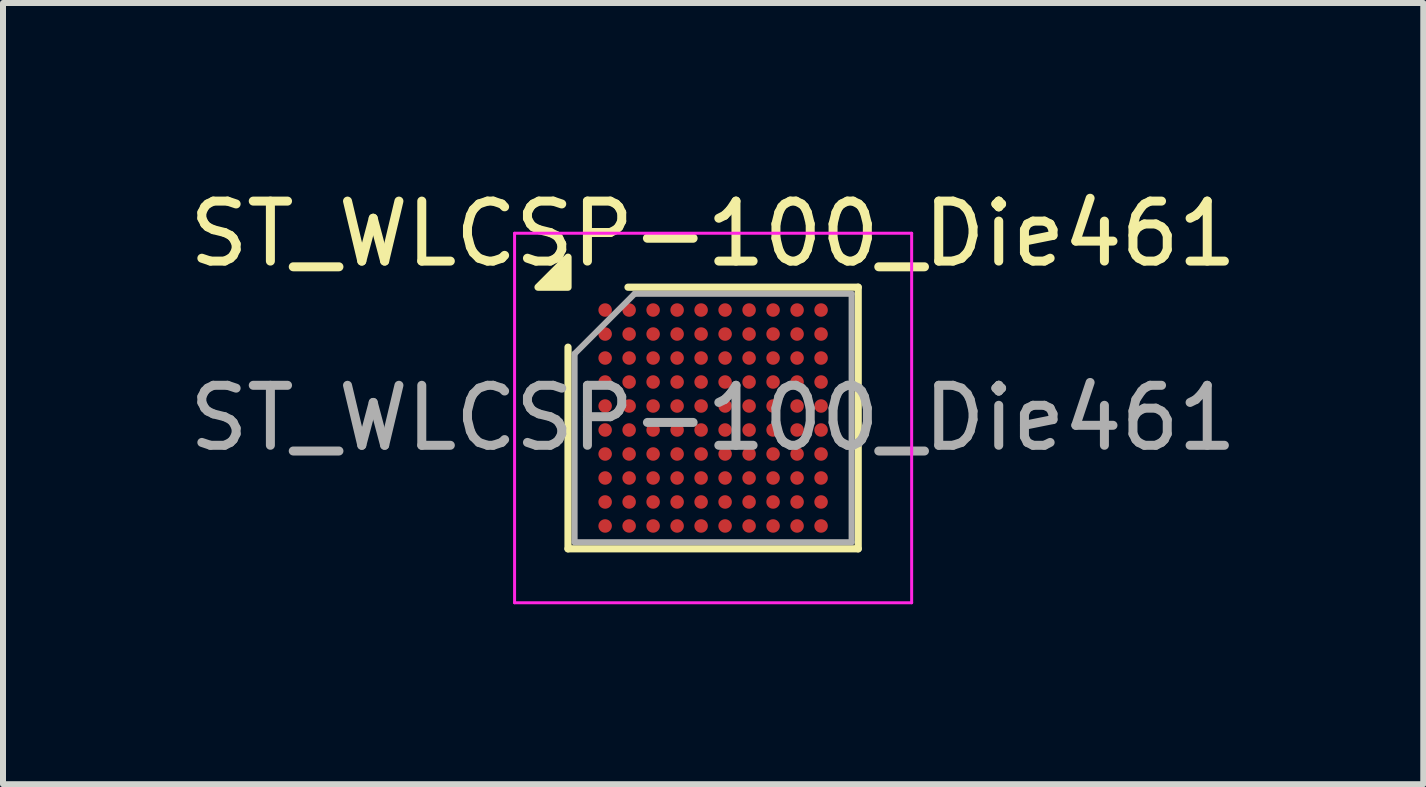
<source format=kicad_pcb>
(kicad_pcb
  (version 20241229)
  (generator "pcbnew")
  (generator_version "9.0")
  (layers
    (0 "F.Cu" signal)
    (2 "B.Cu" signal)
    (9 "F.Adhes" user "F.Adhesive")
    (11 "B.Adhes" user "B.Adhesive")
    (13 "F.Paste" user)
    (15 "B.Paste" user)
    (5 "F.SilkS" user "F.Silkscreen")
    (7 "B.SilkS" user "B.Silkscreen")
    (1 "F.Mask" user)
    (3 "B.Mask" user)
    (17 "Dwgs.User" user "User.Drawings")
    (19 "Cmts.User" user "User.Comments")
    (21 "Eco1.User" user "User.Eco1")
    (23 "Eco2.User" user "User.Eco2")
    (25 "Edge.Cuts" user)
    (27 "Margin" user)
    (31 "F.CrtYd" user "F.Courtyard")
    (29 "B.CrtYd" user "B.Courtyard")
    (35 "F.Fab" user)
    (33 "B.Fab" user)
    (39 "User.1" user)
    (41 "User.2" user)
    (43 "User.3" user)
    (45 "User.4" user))
  (footprint "ST_WLCSP-100_Die461"
    (layer "F.Cu")
    (at 8.839 3.919)
    (property "Reference" "ST_WLCSP-100_Die461" (at 0 -3.071 0) (layer "F.SilkS") (effects (font (size 1 1) (thickness 0.15))))
    (attr smd)
    (fp_line (start -2.419 2.181) (end -2.419 -1.181) (stroke (width 0.12) (type solid)) (layer "F.SilkS"))
    (fp_line (start -1.419 -2.181) (end 2.419 -2.181) (stroke (width 0.12) (type solid)) (layer "F.SilkS"))
    (fp_line (start 2.419 -2.181) (end 2.419 2.181) (stroke (width 0.12) (type solid)) (layer "F.SilkS"))
    (fp_line (start 2.419 2.181) (end -2.419 2.181) (stroke (width 0.12) (type solid)) (layer "F.SilkS"))
    (fp_poly (pts (xy -2.419 -2.181) (xy -2.919 -2.181) (xy -2.419 -2.681) (xy -2.419 -2.181)) (stroke (width 0.12) (type solid)) (fill yes) (layer "F.SilkS"))
    (fp_line (start -3.31 -3.08) (end -3.31 3.08) (stroke (width 0.05) (type solid)) (layer "F.CrtYd"))
    (fp_line (start -3.31 3.08) (end 3.31 3.08) (stroke (width 0.05) (type solid)) (layer "F.CrtYd"))
    (fp_line (start 3.31 -3.08) (end -3.31 -3.08) (stroke (width 0.05) (type solid)) (layer "F.CrtYd"))
    (fp_line (start 3.31 3.08) (end 3.31 -3.08) (stroke (width 0.05) (type solid)) (layer "F.CrtYd"))
    (fp_line (start -2.309 -1.071) (end -1.309 -2.071) (stroke (width 0.1) (type solid)) (layer "F.Fab"))
    (fp_line (start -2.309 2.071) (end -2.309 -1.071) (stroke (width 0.1) (type solid)) (layer "F.Fab"))
    (fp_line (start -1.309 -2.071) (end 2.309 -2.071) (stroke (width 0.1) (type solid)) (layer "F.Fab"))
    (fp_line (start 2.309 -2.071) (end 2.309 2.071) (stroke (width 0.1) (type solid)) (layer "F.Fab"))
    (fp_line (start 2.309 2.071) (end -2.309 2.071) (stroke (width 0.1) (type solid)) (layer "F.Fab"))
    (fp_text user "${REFERENCE}" (at 0 0 0) (layer "F.Fab") (effects (font (size 1 1) (thickness 0.15))))
    (pad "A1" smd circle (at -1.8 -1.8) (size 0.225 0.225) (property pad_prop_bga) (layers "F.Cu" "F.Mask" "F.Paste"))
    (pad "A2" smd circle (at -1.4 -1.8) (size 0.225 0.225) (property pad_prop_bga) (layers "F.Cu" "F.Mask" "F.Paste"))
    (pad "A3" smd circle (at -1 -1.8) (size 0.225 0.225) (property pad_prop_bga) (layers "F.Cu" "F.Mask" "F.Paste"))
    (pad "A4" smd circle (at -0.6 -1.8) (size 0.225 0.225) (property pad_prop_bga) (layers "F.Cu" "F.Mask" "F.Paste"))
    (pad "A5" smd circle (at -0.2 -1.8) (size 0.225 0.225) (property pad_prop_bga) (layers "F.Cu" "F.Mask" "F.Paste"))
    (pad "A6" smd circle (at 0.2 -1.8) (size 0.225 0.225) (property pad_prop_bga) (layers "F.Cu" "F.Mask" "F.Paste"))
    (pad "A7" smd circle (at 0.6 -1.8) (size 0.225 0.225) (property pad_prop_bga) (layers "F.Cu" "F.Mask" "F.Paste"))
    (pad "A8" smd circle (at 1 -1.8) (size 0.225 0.225) (property pad_prop_bga) (layers "F.Cu" "F.Mask" "F.Paste"))
    (pad "A9" smd circle (at 1.4 -1.8) (size 0.225 0.225) (property pad_prop_bga) (layers "F.Cu" "F.Mask" "F.Paste"))
    (pad "A10" smd circle (at 1.8 -1.8) (size 0.225 0.225) (property pad_prop_bga) (layers "F.Cu" "F.Mask" "F.Paste"))
    (pad "B1" smd circle (at -1.8 -1.4) (size 0.225 0.225) (property pad_prop_bga) (layers "F.Cu" "F.Mask" "F.Paste"))
    (pad "B2" smd circle (at -1.4 -1.4) (size 0.225 0.225) (property pad_prop_bga) (layers "F.Cu" "F.Mask" "F.Paste"))
    (pad "B3" smd circle (at -1 -1.4) (size 0.225 0.225) (property pad_prop_bga) (layers "F.Cu" "F.Mask" "F.Paste"))
    (pad "B4" smd circle (at -0.6 -1.4) (size 0.225 0.225) (property pad_prop_bga) (layers "F.Cu" "F.Mask" "F.Paste"))
    (pad "B5" smd circle (at -0.2 -1.4) (size 0.225 0.225) (property pad_prop_bga) (layers "F.Cu" "F.Mask" "F.Paste"))
    (pad "B6" smd circle (at 0.2 -1.4) (size 0.225 0.225) (property pad_prop_bga) (layers "F.Cu" "F.Mask" "F.Paste"))
    (pad "B7" smd circle (at 0.6 -1.4) (size 0.225 0.225) (property pad_prop_bga) (layers "F.Cu" "F.Mask" "F.Paste"))
    (pad "B8" smd circle (at 1 -1.4) (size 0.225 0.225) (property pad_prop_bga) (layers "F.Cu" "F.Mask" "F.Paste"))
    (pad "B9" smd circle (at 1.4 -1.4) (size 0.225 0.225) (property pad_prop_bga) (layers "F.Cu" "F.Mask" "F.Paste"))
    (pad "B10" smd circle (at 1.8 -1.4) (size 0.225 0.225) (property pad_prop_bga) (layers "F.Cu" "F.Mask" "F.Paste"))
    (pad "C1" smd circle (at -1.8 -1) (size 0.225 0.225) (property pad_prop_bga) (layers "F.Cu" "F.Mask" "F.Paste"))
    (pad "C2" smd circle (at -1.4 -1) (size 0.225 0.225) (property pad_prop_bga) (layers "F.Cu" "F.Mask" "F.Paste"))
    (pad "C3" smd circle (at -1 -1) (size 0.225 0.225) (property pad_prop_bga) (layers "F.Cu" "F.Mask" "F.Paste"))
    (pad "C4" smd circle (at -0.6 -1) (size 0.225 0.225) (property pad_prop_bga) (layers "F.Cu" "F.Mask" "F.Paste"))
    (pad "C5" smd circle (at -0.2 -1) (size 0.225 0.225) (property pad_prop_bga) (layers "F.Cu" "F.Mask" "F.Paste"))
    (pad "C6" smd circle (at 0.2 -1) (size 0.225 0.225) (property pad_prop_bga) (layers "F.Cu" "F.Mask" "F.Paste"))
    (pad "C7" smd circle (at 0.6 -1) (size 0.225 0.225) (property pad_prop_bga) (layers "F.Cu" "F.Mask" "F.Paste"))
    (pad "C8" smd circle (at 1 -1) (size 0.225 0.225) (property pad_prop_bga) (layers "F.Cu" "F.Mask" "F.Paste"))
    (pad "C9" smd circle (at 1.4 -1) (size 0.225 0.225) (property pad_prop_bga) (layers "F.Cu" "F.Mask" "F.Paste"))
    (pad "C10" smd circle (at 1.8 -1) (size 0.225 0.225) (property pad_prop_bga) (layers "F.Cu" "F.Mask" "F.Paste"))
    (pad "D1" smd circle (at -1.8 -0.6) (size 0.225 0.225) (property pad_prop_bga) (layers "F.Cu" "F.Mask" "F.Paste"))
    (pad "D2" smd circle (at -1.4 -0.6) (size 0.225 0.225) (property pad_prop_bga) (layers "F.Cu" "F.Mask" "F.Paste"))
    (pad "D3" smd circle (at -1 -0.6) (size 0.225 0.225) (property pad_prop_bga) (layers "F.Cu" "F.Mask" "F.Paste"))
    (pad "D4" smd circle (at -0.6 -0.6) (size 0.225 0.225) (property pad_prop_bga) (layers "F.Cu" "F.Mask" "F.Paste"))
    (pad "D5" smd circle (at -0.2 -0.6) (size 0.225 0.225) (property pad_prop_bga) (layers "F.Cu" "F.Mask" "F.Paste"))
    (pad "D6" smd circle (at 0.2 -0.6) (size 0.225 0.225) (property pad_prop_bga) (layers "F.Cu" "F.Mask" "F.Paste"))
    (pad "D7" smd circle (at 0.6 -0.6) (size 0.225 0.225) (property pad_prop_bga) (layers "F.Cu" "F.Mask" "F.Paste"))
    (pad "D8" smd circle (at 1 -0.6) (size 0.225 0.225) (property pad_prop_bga) (layers "F.Cu" "F.Mask" "F.Paste"))
    (pad "D9" smd circle (at 1.4 -0.6) (size 0.225 0.225) (property pad_prop_bga) (layers "F.Cu" "F.Mask" "F.Paste"))
    (pad "D10" smd circle (at 1.8 -0.6) (size 0.225 0.225) (property pad_prop_bga) (layers "F.Cu" "F.Mask" "F.Paste"))
    (pad "E1" smd circle (at -1.8 -0.2) (size 0.225 0.225) (property pad_prop_bga) (layers "F.Cu" "F.Mask" "F.Paste"))
    (pad "E2" smd circle (at -1.4 -0.2) (size 0.225 0.225) (property pad_prop_bga) (layers "F.Cu" "F.Mask" "F.Paste"))
    (pad "E3" smd circle (at -1 -0.2) (size 0.225 0.225) (property pad_prop_bga) (layers "F.Cu" "F.Mask" "F.Paste"))
    (pad "E4" smd circle (at -0.6 -0.2) (size 0.225 0.225) (property pad_prop_bga) (layers "F.Cu" "F.Mask" "F.Paste"))
    (pad "E5" smd circle (at -0.2 -0.2) (size 0.225 0.225) (property pad_prop_bga) (layers "F.Cu" "F.Mask" "F.Paste"))
    (pad "E6" smd circle (at 0.2 -0.2) (size 0.225 0.225) (property pad_prop_bga) (layers "F.Cu" "F.Mask" "F.Paste"))
    (pad "E7" smd circle (at 0.6 -0.2) (size 0.225 0.225) (property pad_prop_bga) (layers "F.Cu" "F.Mask" "F.Paste"))
    (pad "E8" smd circle (at 1 -0.2) (size 0.225 0.225) (property pad_prop_bga) (layers "F.Cu" "F.Mask" "F.Paste"))
    (pad "E9" smd circle (at 1.4 -0.2) (size 0.225 0.225) (property pad_prop_bga) (layers "F.Cu" "F.Mask" "F.Paste"))
    (pad "E10" smd circle (at 1.8 -0.2) (size 0.225 0.225) (property pad_prop_bga) (layers "F.Cu" "F.Mask" "F.Paste"))
    (pad "F1" smd circle (at -1.8 0.2) (size 0.225 0.225) (property pad_prop_bga) (layers "F.Cu" "F.Mask" "F.Paste"))
    (pad "F2" smd circle (at -1.4 0.2) (size 0.225 0.225) (property pad_prop_bga) (layers "F.Cu" "F.Mask" "F.Paste"))
    (pad "F3" smd circle (at -1 0.2) (size 0.225 0.225) (property pad_prop_bga) (layers "F.Cu" "F.Mask" "F.Paste"))
    (pad "F4" smd circle (at -0.6 0.2) (size 0.225 0.225) (property pad_prop_bga) (layers "F.Cu" "F.Mask" "F.Paste"))
    (pad "F5" smd circle (at -0.2 0.2) (size 0.225 0.225) (property pad_prop_bga) (layers "F.Cu" "F.Mask" "F.Paste"))
    (pad "F6" smd circle (at 0.2 0.2) (size 0.225 0.225) (property pad_prop_bga) (layers "F.Cu" "F.Mask" "F.Paste"))
    (pad "F7" smd circle (at 0.6 0.2) (size 0.225 0.225) (property pad_prop_bga) (layers "F.Cu" "F.Mask" "F.Paste"))
    (pad "F8" smd circle (at 1 0.2) (size 0.225 0.225) (property pad_prop_bga) (layers "F.Cu" "F.Mask" "F.Paste"))
    (pad "F9" smd circle (at 1.4 0.2) (size 0.225 0.225) (property pad_prop_bga) (layers "F.Cu" "F.Mask" "F.Paste"))
    (pad "F10" smd circle (at 1.8 0.2) (size 0.225 0.225) (property pad_prop_bga) (layers "F.Cu" "F.Mask" "F.Paste"))
    (pad "G1" smd circle (at -1.8 0.6) (size 0.225 0.225) (property pad_prop_bga) (layers "F.Cu" "F.Mask" "F.Paste"))
    (pad "G2" smd circle (at -1.4 0.6) (size 0.225 0.225) (property pad_prop_bga) (layers "F.Cu" "F.Mask" "F.Paste"))
    (pad "G3" smd circle (at -1 0.6) (size 0.225 0.225) (property pad_prop_bga) (layers "F.Cu" "F.Mask" "F.Paste"))
    (pad "G4" smd circle (at -0.6 0.6) (size 0.225 0.225) (property pad_prop_bga) (layers "F.Cu" "F.Mask" "F.Paste"))
    (pad "G5" smd circle (at -0.2 0.6) (size 0.225 0.225) (property pad_prop_bga) (layers "F.Cu" "F.Mask" "F.Paste"))
    (pad "G6" smd circle (at 0.2 0.6) (size 0.225 0.225) (property pad_prop_bga) (layers "F.Cu" "F.Mask" "F.Paste"))
    (pad "G7" smd circle (at 0.6 0.6) (size 0.225 0.225) (property pad_prop_bga) (layers "F.Cu" "F.Mask" "F.Paste"))
    (pad "G8" smd circle (at 1 0.6) (size 0.225 0.225) (property pad_prop_bga) (layers "F.Cu" "F.Mask" "F.Paste"))
    (pad "G9" smd circle (at 1.4 0.6) (size 0.225 0.225) (property pad_prop_bga) (layers "F.Cu" "F.Mask" "F.Paste"))
    (pad "G10" smd circle (at 1.8 0.6) (size 0.225 0.225) (property pad_prop_bga) (layers "F.Cu" "F.Mask" "F.Paste"))
    (pad "H1" smd circle (at -1.8 1) (size 0.225 0.225) (property pad_prop_bga) (layers "F.Cu" "F.Mask" "F.Paste"))
    (pad "H2" smd circle (at -1.4 1) (size 0.225 0.225) (property pad_prop_bga) (layers "F.Cu" "F.Mask" "F.Paste"))
    (pad "H3" smd circle (at -1 1) (size 0.225 0.225) (property pad_prop_bga) (layers "F.Cu" "F.Mask" "F.Paste"))
    (pad "H4" smd circle (at -0.6 1) (size 0.225 0.225) (property pad_prop_bga) (layers "F.Cu" "F.Mask" "F.Paste"))
    (pad "H5" smd circle (at -0.2 1) (size 0.225 0.225) (property pad_prop_bga) (layers "F.Cu" "F.Mask" "F.Paste"))
    (pad "H6" smd circle (at 0.2 1) (size 0.225 0.225) (property pad_prop_bga) (layers "F.Cu" "F.Mask" "F.Paste"))
    (pad "H7" smd circle (at 0.6 1) (size 0.225 0.225) (property pad_prop_bga) (layers "F.Cu" "F.Mask" "F.Paste"))
    (pad "H8" smd circle (at 1 1) (size 0.225 0.225) (property pad_prop_bga) (layers "F.Cu" "F.Mask" "F.Paste"))
    (pad "H9" smd circle (at 1.4 1) (size 0.225 0.225) (property pad_prop_bga) (layers "F.Cu" "F.Mask" "F.Paste"))
    (pad "H10" smd circle (at 1.8 1) (size 0.225 0.225) (property pad_prop_bga) (layers "F.Cu" "F.Mask" "F.Paste"))
    (pad "J1" smd circle (at -1.8 1.4) (size 0.225 0.225) (property pad_prop_bga) (layers "F.Cu" "F.Mask" "F.Paste"))
    (pad "J2" smd circle (at -1.4 1.4) (size 0.225 0.225) (property pad_prop_bga) (layers "F.Cu" "F.Mask" "F.Paste"))
    (pad "J3" smd circle (at -1 1.4) (size 0.225 0.225) (property pad_prop_bga) (layers "F.Cu" "F.Mask" "F.Paste"))
    (pad "J4" smd circle (at -0.6 1.4) (size 0.225 0.225) (property pad_prop_bga) (layers "F.Cu" "F.Mask" "F.Paste"))
    (pad "J5" smd circle (at -0.2 1.4) (size 0.225 0.225) (property pad_prop_bga) (layers "F.Cu" "F.Mask" "F.Paste"))
    (pad "J6" smd circle (at 0.2 1.4) (size 0.225 0.225) (property pad_prop_bga) (layers "F.Cu" "F.Mask" "F.Paste"))
    (pad "J7" smd circle (at 0.6 1.4) (size 0.225 0.225) (property pad_prop_bga) (layers "F.Cu" "F.Mask" "F.Paste"))
    (pad "J8" smd circle (at 1 1.4) (size 0.225 0.225) (property pad_prop_bga) (layers "F.Cu" "F.Mask" "F.Paste"))
    (pad "J9" smd circle (at 1.4 1.4) (size 0.225 0.225) (property pad_prop_bga) (layers "F.Cu" "F.Mask" "F.Paste"))
    (pad "J10" smd circle (at 1.8 1.4) (size 0.225 0.225) (property pad_prop_bga) (layers "F.Cu" "F.Mask" "F.Paste"))
    (pad "K1" smd circle (at -1.8 1.8) (size 0.225 0.225) (property pad_prop_bga) (layers "F.Cu" "F.Mask" "F.Paste"))
    (pad "K2" smd circle (at -1.4 1.8) (size 0.225 0.225) (property pad_prop_bga) (layers "F.Cu" "F.Mask" "F.Paste"))
    (pad "K3" smd circle (at -1 1.8) (size 0.225 0.225) (property pad_prop_bga) (layers "F.Cu" "F.Mask" "F.Paste"))
    (pad "K4" smd circle (at -0.6 1.8) (size 0.225 0.225) (property pad_prop_bga) (layers "F.Cu" "F.Mask" "F.Paste"))
    (pad "K5" smd circle (at -0.2 1.8) (size 0.225 0.225) (property pad_prop_bga) (layers "F.Cu" "F.Mask" "F.Paste"))
    (pad "K6" smd circle (at 0.2 1.8) (size 0.225 0.225) (property pad_prop_bga) (layers "F.Cu" "F.Mask" "F.Paste"))
    (pad "K7" smd circle (at 0.6 1.8) (size 0.225 0.225) (property pad_prop_bga) (layers "F.Cu" "F.Mask" "F.Paste"))
    (pad "K8" smd circle (at 1 1.8) (size 0.225 0.225) (property pad_prop_bga) (layers "F.Cu" "F.Mask" "F.Paste"))
    (pad "K9" smd circle (at 1.4 1.8) (size 0.225 0.225) (property pad_prop_bga) (layers "F.Cu" "F.Mask" "F.Paste"))
    (pad "K10" smd circle (at 1.8 1.8) (size 0.225 0.225) (property pad_prop_bga) (layers "F.Cu" "F.Mask" "F.Paste")))
  (gr_rect
    (start -3 -3)
    (end 20.679 10.024)
    (stroke (width 0.1) (type default))
    (fill no)
    (layer "Edge.Cuts")))
</source>
